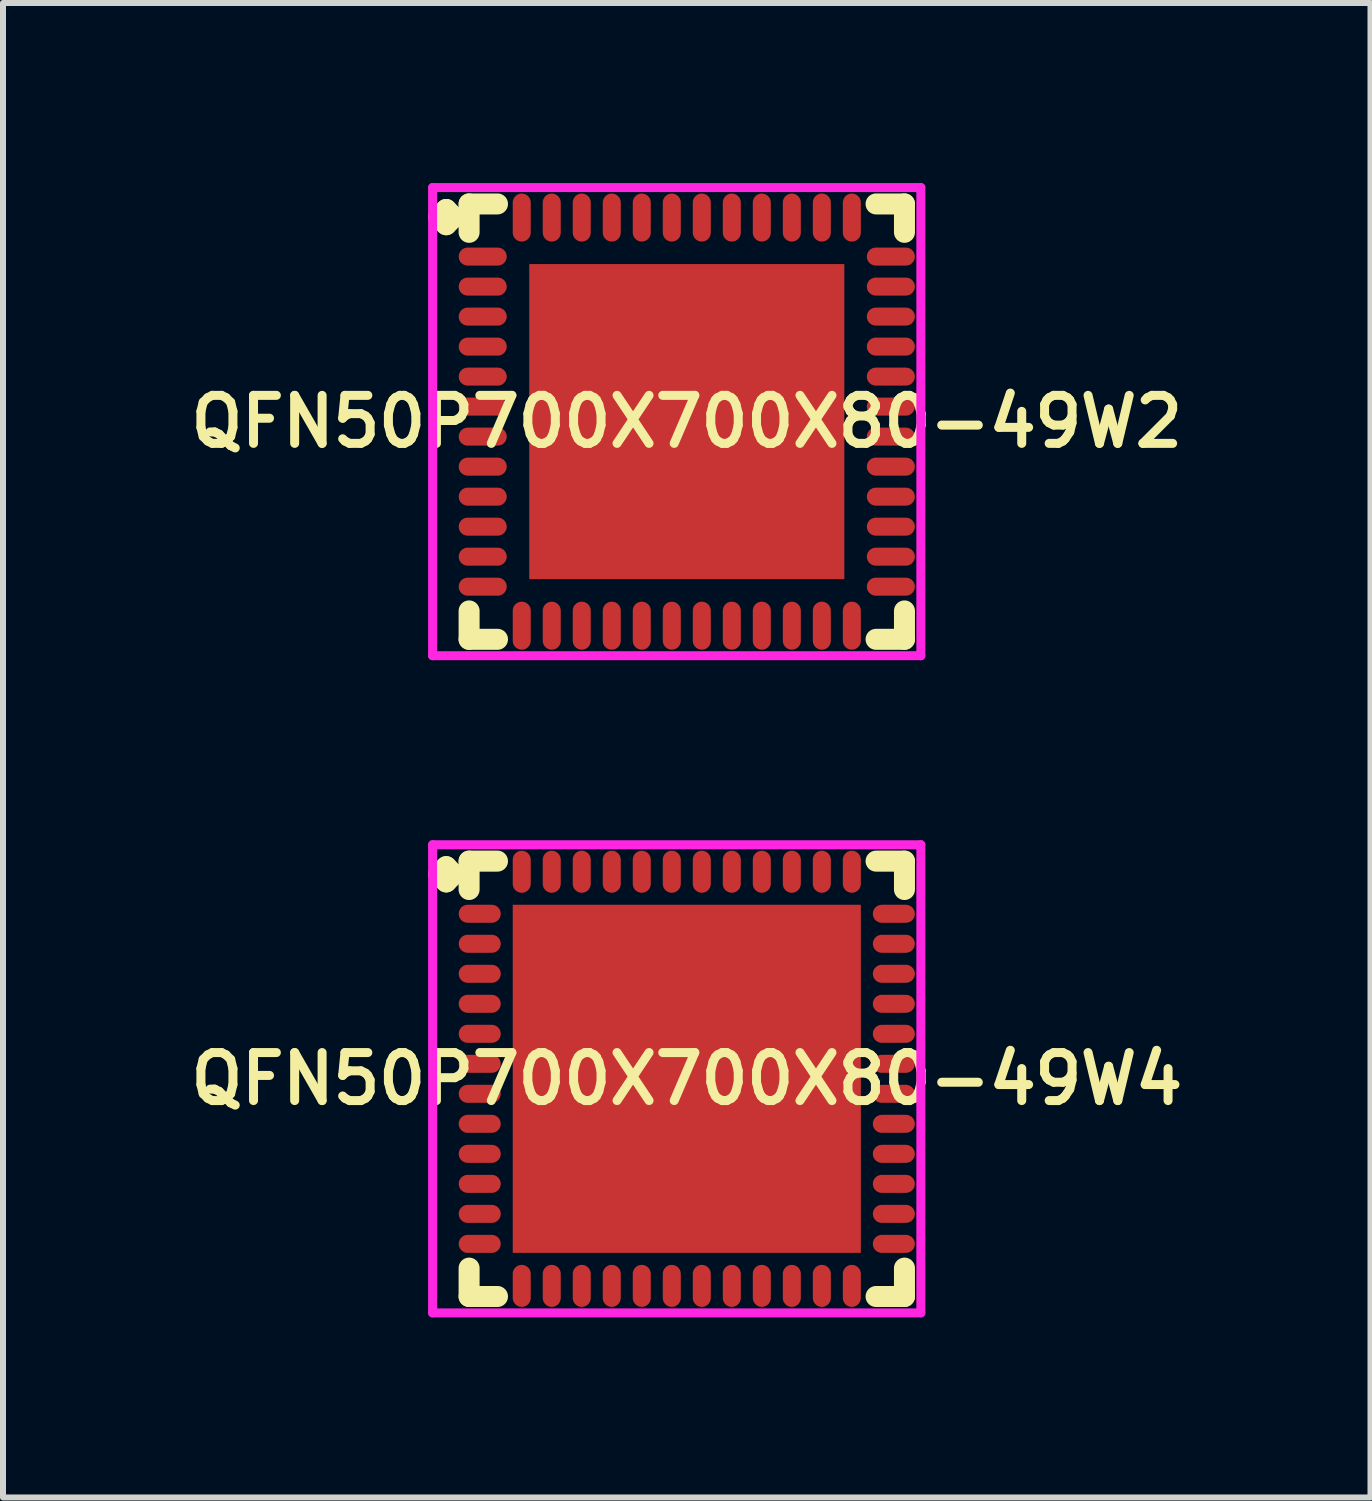
<source format=kicad_pcb>
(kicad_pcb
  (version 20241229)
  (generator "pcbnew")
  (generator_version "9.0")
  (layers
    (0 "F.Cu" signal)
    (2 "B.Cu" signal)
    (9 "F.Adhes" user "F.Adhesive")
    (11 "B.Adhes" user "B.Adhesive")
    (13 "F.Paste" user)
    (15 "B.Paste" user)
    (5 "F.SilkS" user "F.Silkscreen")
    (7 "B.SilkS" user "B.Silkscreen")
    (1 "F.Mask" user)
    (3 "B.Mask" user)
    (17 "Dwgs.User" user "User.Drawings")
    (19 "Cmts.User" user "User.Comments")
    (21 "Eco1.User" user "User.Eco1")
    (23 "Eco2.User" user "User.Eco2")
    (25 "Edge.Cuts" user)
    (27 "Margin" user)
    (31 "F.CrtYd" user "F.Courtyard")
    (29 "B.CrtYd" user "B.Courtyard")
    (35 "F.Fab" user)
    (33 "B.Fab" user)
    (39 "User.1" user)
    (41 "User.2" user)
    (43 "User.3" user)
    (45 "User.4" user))
  (footprint "QFN50P700X700X80-49W2"
    (layer "F.Cu")
    (at 8.393 3.975)
    (property "Reference" "QFN50P700X700X80-49W2" (at 0 0 0) (layer "F.SilkS") (effects (font (size 0.8 0.8) (thickness 0.15))))
    (attr smd)
    (fp_line (start -4.135 -3.408) (end -4.008 -3.535) (stroke (width 0.35) (type solid)) (layer "F.SilkS"))
    (fp_line (start -4.008 -3.535) (end -3.881 -3.408) (stroke (width 0.35) (type solid)) (layer "F.SilkS"))
    (fp_line (start -4.008 -3.281) (end -4.135 -3.408) (stroke (width 0.35) (type solid)) (layer "F.SilkS"))
    (fp_line (start -3.881 -3.408) (end -4.008 -3.281) (stroke (width 0.35) (type solid)) (layer "F.SilkS"))
    (fp_line (start -3.627 -3.627) (end -3.154 -3.627) (stroke (width 0.35) (type solid)) (layer "F.SilkS"))
    (fp_line (start -3.627 -3.154) (end -3.627 -3.627) (stroke (width 0.35) (type solid)) (layer "F.SilkS"))
    (fp_line (start -3.627 3.154) (end -3.627 3.627) (stroke (width 0.35) (type solid)) (layer "F.SilkS"))
    (fp_line (start -3.627 3.627) (end -3.154 3.627) (stroke (width 0.35) (type solid)) (layer "F.SilkS"))
    (fp_line (start 3.154 -3.627) (end 3.627 -3.627) (stroke (width 0.35) (type solid)) (layer "F.SilkS"))
    (fp_line (start 3.154 3.627) (end 3.627 3.627) (stroke (width 0.35) (type solid)) (layer "F.SilkS"))
    (fp_line (start 3.627 -3.627) (end 3.627 -3.154) (stroke (width 0.35) (type solid)) (layer "F.SilkS"))
    (fp_line (start 3.627 3.627) (end 3.627 3.154) (stroke (width 0.35) (type solid)) (layer "F.SilkS"))
    (fp_line (start -4.235 -3.9) (end 3.9 -3.9) (stroke (width 0.15) (type solid)) (layer "F.CrtYd"))
    (fp_line (start -4.235 3.9) (end -4.235 -3.9) (stroke (width 0.15) (type solid)) (layer "F.CrtYd"))
    (fp_line (start 3.9 -3.9) (end 3.9 3.9) (stroke (width 0.15) (type solid)) (layer "F.CrtYd"))
    (fp_line (start 3.9 3.9) (end -4.235 3.9) (stroke (width 0.15) (type solid)) (layer "F.CrtYd"))
    (pad "1" smd oval (at -3.4 -2.75) (size 0.8 0.3) (layers "F.Cu" "F.Mask" "F.Paste"))
    (pad "2" smd oval (at -3.4 -2.25) (size 0.8 0.3) (layers "F.Cu" "F.Mask" "F.Paste"))
    (pad "3" smd oval (at -3.4 -1.75) (size 0.8 0.3) (layers "F.Cu" "F.Mask" "F.Paste"))
    (pad "4" smd oval (at -3.4 -1.25) (size 0.8 0.3) (layers "F.Cu" "F.Mask" "F.Paste"))
    (pad "5" smd oval (at -3.4 -0.75) (size 0.8 0.3) (layers "F.Cu" "F.Mask" "F.Paste"))
    (pad "6" smd oval (at -3.4 -0.25) (size 0.8 0.3) (layers "F.Cu" "F.Mask" "F.Paste"))
    (pad "7" smd oval (at -3.4 0.25) (size 0.8 0.3) (layers "F.Cu" "F.Mask" "F.Paste"))
    (pad "8" smd oval (at -3.4 0.75) (size 0.8 0.3) (layers "F.Cu" "F.Mask" "F.Paste"))
    (pad "9" smd oval (at -3.4 1.25) (size 0.8 0.3) (layers "F.Cu" "F.Mask" "F.Paste"))
    (pad "10" smd oval (at -3.4 1.75) (size 0.8 0.3) (layers "F.Cu" "F.Mask" "F.Paste"))
    (pad "11" smd oval (at -3.4 2.25) (size 0.8 0.3) (layers "F.Cu" "F.Mask" "F.Paste"))
    (pad "12" smd oval (at -3.4 2.75) (size 0.8 0.3) (layers "F.Cu" "F.Mask" "F.Paste"))
    (pad "13" smd oval (at -2.75 3.4) (size 0.3 0.8) (layers "F.Cu" "F.Mask" "F.Paste"))
    (pad "14" smd oval (at -2.25 3.4) (size 0.3 0.8) (layers "F.Cu" "F.Mask" "F.Paste"))
    (pad "15" smd oval (at -1.75 3.4) (size 0.3 0.8) (layers "F.Cu" "F.Mask" "F.Paste"))
    (pad "16" smd oval (at -1.25 3.4) (size 0.3 0.8) (layers "F.Cu" "F.Mask" "F.Paste"))
    (pad "17" smd oval (at -0.75 3.4) (size 0.3 0.8) (layers "F.Cu" "F.Mask" "F.Paste"))
    (pad "18" smd oval (at -0.25 3.4) (size 0.3 0.8) (layers "F.Cu" "F.Mask" "F.Paste"))
    (pad "19" smd oval (at 0.25 3.4) (size 0.3 0.8) (layers "F.Cu" "F.Mask" "F.Paste"))
    (pad "20" smd oval (at 0.75 3.4) (size 0.3 0.8) (layers "F.Cu" "F.Mask" "F.Paste"))
    (pad "21" smd oval (at 1.25 3.4) (size 0.3 0.8) (layers "F.Cu" "F.Mask" "F.Paste"))
    (pad "22" smd oval (at 1.75 3.4) (size 0.3 0.8) (layers "F.Cu" "F.Mask" "F.Paste"))
    (pad "23" smd oval (at 2.25 3.4) (size 0.3 0.8) (layers "F.Cu" "F.Mask" "F.Paste"))
    (pad "24" smd oval (at 2.75 3.4) (size 0.3 0.8) (layers "F.Cu" "F.Mask" "F.Paste"))
    (pad "25" smd oval (at 3.4 2.75) (size 0.8 0.3) (layers "F.Cu" "F.Mask" "F.Paste"))
    (pad "26" smd oval (at 3.4 2.25) (size 0.8 0.3) (layers "F.Cu" "F.Mask" "F.Paste"))
    (pad "27" smd oval (at 3.4 1.75) (size 0.8 0.3) (layers "F.Cu" "F.Mask" "F.Paste"))
    (pad "28" smd oval (at 3.4 1.25) (size 0.8 0.3) (layers "F.Cu" "F.Mask" "F.Paste"))
    (pad "29" smd oval (at 3.4 0.75) (size 0.8 0.3) (layers "F.Cu" "F.Mask" "F.Paste"))
    (pad "30" smd oval (at 3.4 0.25) (size 0.8 0.3) (layers "F.Cu" "F.Mask" "F.Paste"))
    (pad "31" smd oval (at 3.4 -0.25) (size 0.8 0.3) (layers "F.Cu" "F.Mask" "F.Paste"))
    (pad "32" smd oval (at 3.4 -0.75) (size 0.8 0.3) (layers "F.Cu" "F.Mask" "F.Paste"))
    (pad "33" smd oval (at 3.4 -1.25) (size 0.8 0.3) (layers "F.Cu" "F.Mask" "F.Paste"))
    (pad "34" smd oval (at 3.4 -1.75) (size 0.8 0.3) (layers "F.Cu" "F.Mask" "F.Paste"))
    (pad "35" smd oval (at 3.4 -2.25) (size 0.8 0.3) (layers "F.Cu" "F.Mask" "F.Paste"))
    (pad "36" smd oval (at 3.4 -2.75) (size 0.8 0.3) (layers "F.Cu" "F.Mask" "F.Paste"))
    (pad "37" smd oval (at 2.75 -3.4) (size 0.3 0.8) (layers "F.Cu" "F.Mask" "F.Paste"))
    (pad "38" smd oval (at 2.25 -3.4) (size 0.3 0.8) (layers "F.Cu" "F.Mask" "F.Paste"))
    (pad "39" smd oval (at 1.75 -3.4) (size 0.3 0.8) (layers "F.Cu" "F.Mask" "F.Paste"))
    (pad "40" smd oval (at 1.25 -3.4) (size 0.3 0.8) (layers "F.Cu" "F.Mask" "F.Paste"))
    (pad "41" smd oval (at 0.75 -3.4) (size 0.3 0.8) (layers "F.Cu" "F.Mask" "F.Paste"))
    (pad "42" smd oval (at 0.25 -3.4) (size 0.3 0.8) (layers "F.Cu" "F.Mask" "F.Paste"))
    (pad "43" smd oval (at -0.25 -3.4) (size 0.3 0.8) (layers "F.Cu" "F.Mask" "F.Paste"))
    (pad "44" smd oval (at -0.75 -3.4) (size 0.3 0.8) (layers "F.Cu" "F.Mask" "F.Paste"))
    (pad "45" smd oval (at -1.25 -3.4) (size 0.3 0.8) (layers "F.Cu" "F.Mask" "F.Paste"))
    (pad "46" smd oval (at -1.75 -3.4) (size 0.3 0.8) (layers "F.Cu" "F.Mask" "F.Paste"))
    (pad "47" smd oval (at -2.25 -3.4) (size 0.3 0.8) (layers "F.Cu" "F.Mask" "F.Paste"))
    (pad "48" smd oval (at -2.75 -3.4) (size 0.3 0.8) (layers "F.Cu" "F.Mask" "F.Paste"))
    (pad "49" smd rect (at 0 0) (size 5.25 5.25) (layers "F.Cu" "F.Mask" "F.Paste")))
  (footprint "QFN50P700X700X80-49W4"
    (layer "F.Cu")
    (at 8.393 14.925)
    (property "Reference" "QFN50P700X700X80-49W4" (at 0 0 0) (layer "F.SilkS") (effects (font (size 0.8 0.8) (thickness 0.15))))
    (attr through_hole)
    (fp_line (start -4.135 -3.408) (end -4.008 -3.535) (stroke (width 0.35) (type solid)) (layer "F.SilkS"))
    (fp_line (start -4.008 -3.535) (end -3.881 -3.408) (stroke (width 0.35) (type solid)) (layer "F.SilkS"))
    (fp_line (start -4.008 -3.281) (end -4.135 -3.408) (stroke (width 0.35) (type solid)) (layer "F.SilkS"))
    (fp_line (start -3.881 -3.408) (end -4.008 -3.281) (stroke (width 0.35) (type solid)) (layer "F.SilkS"))
    (fp_line (start -3.627 -3.627) (end -3.154 -3.627) (stroke (width 0.35) (type solid)) (layer "F.SilkS"))
    (fp_line (start -3.627 -3.154) (end -3.627 -3.627) (stroke (width 0.35) (type solid)) (layer "F.SilkS"))
    (fp_line (start -3.627 3.154) (end -3.627 3.627) (stroke (width 0.35) (type solid)) (layer "F.SilkS"))
    (fp_line (start -3.627 3.627) (end -3.154 3.627) (stroke (width 0.35) (type solid)) (layer "F.SilkS"))
    (fp_line (start 3.154 -3.627) (end 3.627 -3.627) (stroke (width 0.35) (type solid)) (layer "F.SilkS"))
    (fp_line (start 3.154 3.627) (end 3.627 3.627) (stroke (width 0.35) (type solid)) (layer "F.SilkS"))
    (fp_line (start 3.627 -3.627) (end 3.627 -3.154) (stroke (width 0.35) (type solid)) (layer "F.SilkS"))
    (fp_line (start 3.627 3.627) (end 3.627 3.154) (stroke (width 0.35) (type solid)) (layer "F.SilkS"))
    (fp_line (start -4.235 -3.9) (end 3.9 -3.9) (stroke (width 0.15) (type solid)) (layer "F.CrtYd"))
    (fp_line (start -4.235 3.9) (end -4.235 -3.9) (stroke (width 0.15) (type solid)) (layer "F.CrtYd"))
    (fp_line (start 3.9 -3.9) (end 3.9 3.9) (stroke (width 0.15) (type solid)) (layer "F.CrtYd"))
    (fp_line (start 3.9 3.9) (end -4.235 3.9) (stroke (width 0.15) (type solid)) (layer "F.CrtYd"))
    (pad "1" smd oval (at -3.45 -2.75) (size 0.7 0.3) (layers "F.Cu" "F.Mask" "F.Paste"))
    (pad "2" smd oval (at -3.45 -2.25) (size 0.7 0.3) (layers "F.Cu" "F.Mask" "F.Paste"))
    (pad "3" smd oval (at -3.45 -1.75) (size 0.7 0.3) (layers "F.Cu" "F.Mask" "F.Paste"))
    (pad "4" smd oval (at -3.45 -1.25) (size 0.7 0.3) (layers "F.Cu" "F.Mask" "F.Paste"))
    (pad "5" smd oval (at -3.45 -0.75) (size 0.7 0.3) (layers "F.Cu" "F.Mask" "F.Paste"))
    (pad "6" smd oval (at -3.45 -0.25) (size 0.7 0.3) (layers "F.Cu" "F.Mask" "F.Paste"))
    (pad "7" smd oval (at -3.45 0.25) (size 0.7 0.3) (layers "F.Cu" "F.Mask" "F.Paste"))
    (pad "8" smd oval (at -3.45 0.75) (size 0.7 0.3) (layers "F.Cu" "F.Mask" "F.Paste"))
    (pad "9" smd oval (at -3.45 1.25) (size 0.7 0.3) (layers "F.Cu" "F.Mask" "F.Paste"))
    (pad "10" smd oval (at -3.45 1.75) (size 0.7 0.3) (layers "F.Cu" "F.Mask" "F.Paste"))
    (pad "11" smd oval (at -3.45 2.25) (size 0.7 0.3) (layers "F.Cu" "F.Mask" "F.Paste"))
    (pad "12" smd oval (at -3.45 2.75) (size 0.7 0.3) (layers "F.Cu" "F.Mask" "F.Paste"))
    (pad "13" smd oval (at -2.75 3.45) (size 0.3 0.7) (layers "F.Cu" "F.Mask" "F.Paste"))
    (pad "14" smd oval (at -2.25 3.45) (size 0.3 0.7) (layers "F.Cu" "F.Mask" "F.Paste"))
    (pad "15" smd oval (at -1.75 3.45) (size 0.3 0.7) (layers "F.Cu" "F.Mask" "F.Paste"))
    (pad "16" smd oval (at -1.25 3.45) (size 0.3 0.7) (layers "F.Cu" "F.Mask" "F.Paste"))
    (pad "17" smd oval (at -0.75 3.45) (size 0.3 0.7) (layers "F.Cu" "F.Mask" "F.Paste"))
    (pad "18" smd oval (at -0.25 3.45) (size 0.3 0.7) (layers "F.Cu" "F.Mask" "F.Paste"))
    (pad "19" smd oval (at 0.25 3.45) (size 0.3 0.7) (layers "F.Cu" "F.Mask" "F.Paste"))
    (pad "20" smd oval (at 0.75 3.45) (size 0.3 0.7) (layers "F.Cu" "F.Mask" "F.Paste"))
    (pad "21" smd oval (at 1.25 3.45) (size 0.3 0.7) (layers "F.Cu" "F.Mask" "F.Paste"))
    (pad "22" smd oval (at 1.75 3.45) (size 0.3 0.7) (layers "F.Cu" "F.Mask" "F.Paste"))
    (pad "23" smd oval (at 2.25 3.45) (size 0.3 0.7) (layers "F.Cu" "F.Mask" "F.Paste"))
    (pad "24" smd oval (at 2.75 3.45) (size 0.3 0.7) (layers "F.Cu" "F.Mask" "F.Paste"))
    (pad "25" smd oval (at 3.45 2.75) (size 0.7 0.3) (layers "F.Cu" "F.Mask" "F.Paste"))
    (pad "26" smd oval (at 3.45 2.25) (size 0.7 0.3) (layers "F.Cu" "F.Mask" "F.Paste"))
    (pad "27" smd oval (at 3.45 1.75) (size 0.7 0.3) (layers "F.Cu" "F.Mask" "F.Paste"))
    (pad "28" smd oval (at 3.45 1.25) (size 0.7 0.3) (layers "F.Cu" "F.Mask" "F.Paste"))
    (pad "29" smd oval (at 3.45 0.75) (size 0.7 0.3) (layers "F.Cu" "F.Mask" "F.Paste"))
    (pad "30" smd oval (at 3.45 0.25) (size 0.7 0.3) (layers "F.Cu" "F.Mask" "F.Paste"))
    (pad "31" smd oval (at 3.45 -0.25) (size 0.7 0.3) (layers "F.Cu" "F.Mask" "F.Paste"))
    (pad "32" smd oval (at 3.45 -0.75) (size 0.7 0.3) (layers "F.Cu" "F.Mask" "F.Paste"))
    (pad "33" smd oval (at 3.45 -1.25) (size 0.7 0.3) (layers "F.Cu" "F.Mask" "F.Paste"))
    (pad "34" smd oval (at 3.45 -1.75) (size 0.7 0.3) (layers "F.Cu" "F.Mask" "F.Paste"))
    (pad "35" smd oval (at 3.45 -2.25) (size 0.7 0.3) (layers "F.Cu" "F.Mask" "F.Paste"))
    (pad "36" smd oval (at 3.45 -2.75) (size 0.7 0.3) (layers "F.Cu" "F.Mask" "F.Paste"))
    (pad "37" smd oval (at 2.75 -3.45) (size 0.3 0.7) (layers "F.Cu" "F.Mask" "F.Paste"))
    (pad "38" smd oval (at 2.25 -3.45) (size 0.3 0.7) (layers "F.Cu" "F.Mask" "F.Paste"))
    (pad "39" smd oval (at 1.75 -3.45) (size 0.3 0.7) (layers "F.Cu" "F.Mask" "F.Paste"))
    (pad "40" smd oval (at 1.25 -3.45) (size 0.3 0.7) (layers "F.Cu" "F.Mask" "F.Paste"))
    (pad "41" smd oval (at 0.75 -3.45) (size 0.3 0.7) (layers "F.Cu" "F.Mask" "F.Paste"))
    (pad "42" smd oval (at 0.25 -3.45) (size 0.3 0.7) (layers "F.Cu" "F.Mask" "F.Paste"))
    (pad "43" smd oval (at -0.25 -3.45) (size 0.3 0.7) (layers "F.Cu" "F.Mask" "F.Paste"))
    (pad "44" smd oval (at -0.75 -3.45) (size 0.3 0.7) (layers "F.Cu" "F.Mask" "F.Paste"))
    (pad "45" smd oval (at -1.25 -3.45) (size 0.3 0.7) (layers "F.Cu" "F.Mask" "F.Paste"))
    (pad "46" smd oval (at -1.75 -3.45) (size 0.3 0.7) (layers "F.Cu" "F.Mask" "F.Paste"))
    (pad "47" smd oval (at -2.25 -3.45) (size 0.3 0.7) (layers "F.Cu" "F.Mask" "F.Paste"))
    (pad "48" smd oval (at -2.75 -3.45) (size 0.3 0.7) (layers "F.Cu" "F.Mask" "F.Paste"))
    (pad "49" smd rect (at 0 0) (size 5.8 5.8) (layers "F.Cu" "F.Mask" "F.Paste")))
  (gr_rect
    (start -3 -3)
    (end 19.785 21.9)
    (stroke (width 0.1) (type default))
    (fill no)
    (layer "Edge.Cuts")))
</source>
